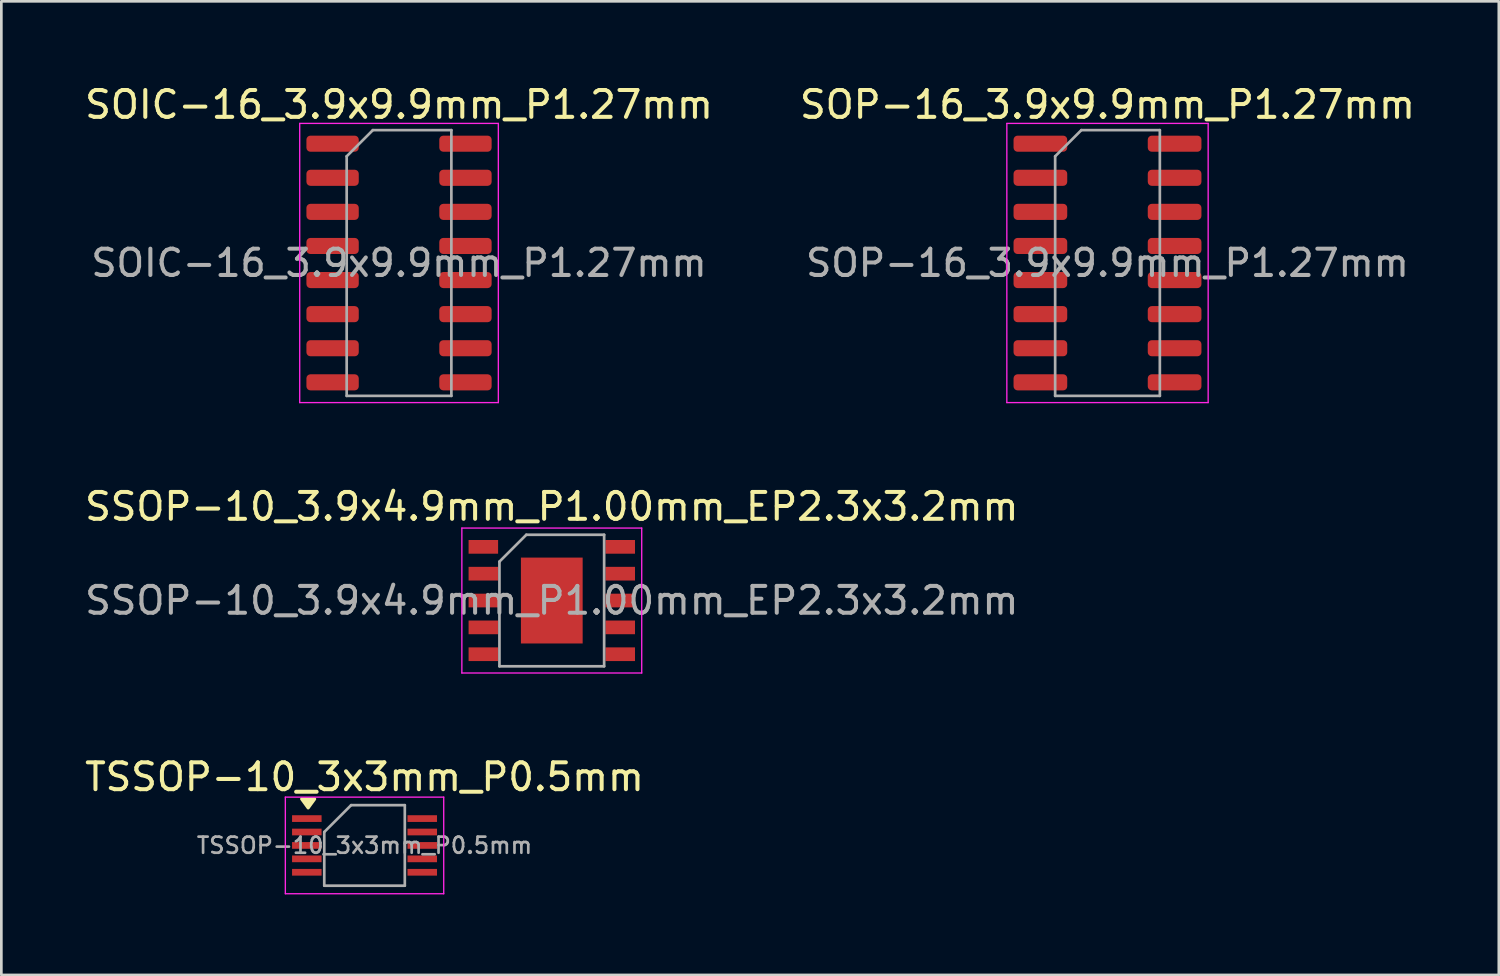
<source format=kicad_pcb>
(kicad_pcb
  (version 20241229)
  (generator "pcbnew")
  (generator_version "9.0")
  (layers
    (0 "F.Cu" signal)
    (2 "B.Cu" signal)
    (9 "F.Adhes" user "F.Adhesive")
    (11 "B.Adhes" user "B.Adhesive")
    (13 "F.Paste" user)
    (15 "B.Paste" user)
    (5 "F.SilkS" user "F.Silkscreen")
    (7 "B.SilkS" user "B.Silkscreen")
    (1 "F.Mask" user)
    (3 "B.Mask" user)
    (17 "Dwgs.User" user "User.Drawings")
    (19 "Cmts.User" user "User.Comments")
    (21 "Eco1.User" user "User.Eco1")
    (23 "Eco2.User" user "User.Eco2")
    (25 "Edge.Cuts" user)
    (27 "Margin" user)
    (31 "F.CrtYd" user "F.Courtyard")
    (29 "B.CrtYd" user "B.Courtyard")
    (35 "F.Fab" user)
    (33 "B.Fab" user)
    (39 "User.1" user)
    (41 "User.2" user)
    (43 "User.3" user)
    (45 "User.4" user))
  (footprint "SOP-16_3.9x9.9mm_P1.27mm"
    (layer "F.Cu")
    (at 38.208 6.748)
    (property "Reference" "SOP-16_3.9x9.9mm_P1.27mm" (at 0 -5.9 0) (layer "F.SilkS") (effects (font (size 1 1) (thickness 0.15))))
    (attr smd)
    (fp_line (start -3.75 -5.2) (end -3.75 5.2) (stroke (width 0.05) (type solid)) (layer "F.CrtYd"))
    (fp_line (start -3.75 5.2) (end 3.75 5.2) (stroke (width 0.05) (type solid)) (layer "F.CrtYd"))
    (fp_line (start 3.75 -5.2) (end -3.75 -5.2) (stroke (width 0.05) (type solid)) (layer "F.CrtYd"))
    (fp_line (start 3.75 5.2) (end 3.75 -5.2) (stroke (width 0.05) (type solid)) (layer "F.CrtYd"))
    (fp_line (start -1.95 -3.975) (end -0.975 -4.95) (stroke (width 0.1) (type solid)) (layer "F.Fab"))
    (fp_line (start -1.95 4.95) (end -1.95 -3.975) (stroke (width 0.1) (type solid)) (layer "F.Fab"))
    (fp_line (start -0.975 -4.95) (end 1.95 -4.95) (stroke (width 0.1) (type solid)) (layer "F.Fab"))
    (fp_line (start 1.95 -4.95) (end 1.95 4.95) (stroke (width 0.1) (type solid)) (layer "F.Fab"))
    (fp_line (start 1.95 4.95) (end -1.95 4.95) (stroke (width 0.1) (type solid)) (layer "F.Fab"))
    (fp_text user "${REFERENCE}" (at 0 0 0) (layer "F.Fab") (effects (font (size 0.98 0.98) (thickness 0.15))))
    (pad "1" smd roundrect (at -2.5 -4.445) (size 2 0.6) (layers "F.Cu" "F.Mask" "F.Paste") (roundrect_rratio 0.25))
    (pad "2" smd roundrect (at -2.5 -3.175) (size 2 0.6) (layers "F.Cu" "F.Mask" "F.Paste") (roundrect_rratio 0.25))
    (pad "3" smd roundrect (at -2.5 -1.905) (size 2 0.6) (layers "F.Cu" "F.Mask" "F.Paste") (roundrect_rratio 0.25))
    (pad "4" smd roundrect (at -2.5 -0.635) (size 2 0.6) (layers "F.Cu" "F.Mask" "F.Paste") (roundrect_rratio 0.25))
    (pad "5" smd roundrect (at -2.5 0.635) (size 2 0.6) (layers "F.Cu" "F.Mask" "F.Paste") (roundrect_rratio 0.25))
    (pad "6" smd roundrect (at -2.5 1.905) (size 2 0.6) (layers "F.Cu" "F.Mask" "F.Paste") (roundrect_rratio 0.25))
    (pad "7" smd roundrect (at -2.5 3.175) (size 2 0.6) (layers "F.Cu" "F.Mask" "F.Paste") (roundrect_rratio 0.25))
    (pad "8" smd roundrect (at -2.5 4.445) (size 2 0.6) (layers "F.Cu" "F.Mask" "F.Paste") (roundrect_rratio 0.25))
    (pad "9" smd roundrect (at 2.5 4.445) (size 2 0.6) (layers "F.Cu" "F.Mask" "F.Paste") (roundrect_rratio 0.25))
    (pad "10" smd roundrect (at 2.5 3.175) (size 2 0.6) (layers "F.Cu" "F.Mask" "F.Paste") (roundrect_rratio 0.25))
    (pad "11" smd roundrect (at 2.5 1.905) (size 2 0.6) (layers "F.Cu" "F.Mask" "F.Paste") (roundrect_rratio 0.25))
    (pad "12" smd roundrect (at 2.5 0.635) (size 2 0.6) (layers "F.Cu" "F.Mask" "F.Paste") (roundrect_rratio 0.25))
    (pad "13" smd roundrect (at 2.5 -0.635) (size 2 0.6) (layers "F.Cu" "F.Mask" "F.Paste") (roundrect_rratio 0.25))
    (pad "14" smd roundrect (at 2.5 -1.905) (size 2 0.6) (layers "F.Cu" "F.Mask" "F.Paste") (roundrect_rratio 0.25))
    (pad "15" smd roundrect (at 2.5 -3.175) (size 2 0.6) (layers "F.Cu" "F.Mask" "F.Paste") (roundrect_rratio 0.25))
    (pad "16" smd roundrect (at 2.5 -4.445) (size 2 0.6) (layers "F.Cu" "F.Mask" "F.Paste") (roundrect_rratio 0.25)))
  (footprint "SOIC-16_3.9x9.9mm_P1.27mm"
    (layer "F.Cu")
    (at 11.815 6.748)
    (property "Reference" "SOIC-16_3.9x9.9mm_P1.27mm" (at 0 -5.9 0) (layer "F.SilkS") (effects (font (size 1 1) (thickness 0.15))))
    (attr smd)
    (fp_line (start -3.7 -5.2) (end -3.7 5.2) (stroke (width 0.05) (type solid)) (layer "F.CrtYd"))
    (fp_line (start -3.7 5.2) (end 3.7 5.2) (stroke (width 0.05) (type solid)) (layer "F.CrtYd"))
    (fp_line (start 3.7 -5.2) (end -3.7 -5.2) (stroke (width 0.05) (type solid)) (layer "F.CrtYd"))
    (fp_line (start 3.7 5.2) (end 3.7 -5.2) (stroke (width 0.05) (type solid)) (layer "F.CrtYd"))
    (fp_line (start -1.95 -3.975) (end -0.975 -4.95) (stroke (width 0.1) (type solid)) (layer "F.Fab"))
    (fp_line (start -1.95 4.95) (end -1.95 -3.975) (stroke (width 0.1) (type solid)) (layer "F.Fab"))
    (fp_line (start -0.975 -4.95) (end 1.95 -4.95) (stroke (width 0.1) (type solid)) (layer "F.Fab"))
    (fp_line (start 1.95 -4.95) (end 1.95 4.95) (stroke (width 0.1) (type solid)) (layer "F.Fab"))
    (fp_line (start 1.95 4.95) (end -1.95 4.95) (stroke (width 0.1) (type solid)) (layer "F.Fab"))
    (fp_text user "${REFERENCE}" (at 0 0 0) (layer "F.Fab") (effects (font (size 0.98 0.98) (thickness 0.15))))
    (pad "1" smd roundrect (at -2.475 -4.445) (size 1.95 0.6) (layers "F.Cu" "F.Mask" "F.Paste") (roundrect_rratio 0.25))
    (pad "2" smd roundrect (at -2.475 -3.175) (size 1.95 0.6) (layers "F.Cu" "F.Mask" "F.Paste") (roundrect_rratio 0.25))
    (pad "3" smd roundrect (at -2.475 -1.905) (size 1.95 0.6) (layers "F.Cu" "F.Mask" "F.Paste") (roundrect_rratio 0.25))
    (pad "4" smd roundrect (at -2.475 -0.635) (size 1.95 0.6) (layers "F.Cu" "F.Mask" "F.Paste") (roundrect_rratio 0.25))
    (pad "5" smd roundrect (at -2.475 0.635) (size 1.95 0.6) (layers "F.Cu" "F.Mask" "F.Paste") (roundrect_rratio 0.25))
    (pad "6" smd roundrect (at -2.475 1.905) (size 1.95 0.6) (layers "F.Cu" "F.Mask" "F.Paste") (roundrect_rratio 0.25))
    (pad "7" smd roundrect (at -2.475 3.175) (size 1.95 0.6) (layers "F.Cu" "F.Mask" "F.Paste") (roundrect_rratio 0.25))
    (pad "8" smd roundrect (at -2.475 4.445) (size 1.95 0.6) (layers "F.Cu" "F.Mask" "F.Paste") (roundrect_rratio 0.25))
    (pad "9" smd roundrect (at 2.475 4.445) (size 1.95 0.6) (layers "F.Cu" "F.Mask" "F.Paste") (roundrect_rratio 0.25))
    (pad "10" smd roundrect (at 2.475 3.175) (size 1.95 0.6) (layers "F.Cu" "F.Mask" "F.Paste") (roundrect_rratio 0.25))
    (pad "11" smd roundrect (at 2.475 1.905) (size 1.95 0.6) (layers "F.Cu" "F.Mask" "F.Paste") (roundrect_rratio 0.25))
    (pad "12" smd roundrect (at 2.475 0.635) (size 1.95 0.6) (layers "F.Cu" "F.Mask" "F.Paste") (roundrect_rratio 0.25))
    (pad "13" smd roundrect (at 2.475 -0.635) (size 1.95 0.6) (layers "F.Cu" "F.Mask" "F.Paste") (roundrect_rratio 0.25))
    (pad "14" smd roundrect (at 2.475 -1.905) (size 1.95 0.6) (layers "F.Cu" "F.Mask" "F.Paste") (roundrect_rratio 0.25))
    (pad "15" smd roundrect (at 2.475 -3.175) (size 1.95 0.6) (layers "F.Cu" "F.Mask" "F.Paste") (roundrect_rratio 0.25))
    (pad "16" smd roundrect (at 2.475 -4.445) (size 1.95 0.6) (layers "F.Cu" "F.Mask" "F.Paste") (roundrect_rratio 0.25)))
  (footprint "TSSOP-10_3x3mm_P0.5mm"
    (layer "F.Cu")
    (at 10.53 28.445)
    (property "Reference" "TSSOP-10_3x3mm_P0.5mm" (at 0 -2.55 0) (layer "F.SilkS") (effects (font (size 1 1) (thickness 0.15))))
    (attr smd)
    (fp_poly (pts (xy -2.1 -1.4) (xy -2.34 -1.73) (xy -1.86 -1.73) (xy -2.1 -1.4)) (stroke (width 0.12) (type solid)) (fill yes) (layer "F.SilkS"))
    (fp_line (start -2.95 -1.8) (end -2.95 1.8) (stroke (width 0.05) (type solid)) (layer "F.CrtYd"))
    (fp_line (start -2.95 -1.8) (end 2.95 -1.8) (stroke (width 0.05) (type solid)) (layer "F.CrtYd"))
    (fp_line (start -2.95 1.8) (end 2.95 1.8) (stroke (width 0.05) (type solid)) (layer "F.CrtYd"))
    (fp_line (start 2.95 -1.8) (end 2.95 1.8) (stroke (width 0.05) (type solid)) (layer "F.CrtYd"))
    (fp_line (start -1.5 -0.5) (end -0.5 -1.5) (stroke (width 0.1) (type solid)) (layer "F.Fab"))
    (fp_line (start -1.5 1.5) (end -1.5 -0.5) (stroke (width 0.1) (type solid)) (layer "F.Fab"))
    (fp_line (start -0.5 -1.5) (end 1.5 -1.5) (stroke (width 0.1) (type solid)) (layer "F.Fab"))
    (fp_line (start 1.5 -1.5) (end 1.5 1.5) (stroke (width 0.1) (type solid)) (layer "F.Fab"))
    (fp_line (start 1.5 1.5) (end -1.5 1.5) (stroke (width 0.1) (type solid)) (layer "F.Fab"))
    (fp_text user "${REFERENCE}" (at 0 0 0) (layer "F.Fab") (effects (font (size 0.6 0.6) (thickness 0.1))))
    (pad "1" smd rect (at -2.15 -1) (size 1.1 0.25) (layers "F.Cu" "F.Mask" "F.Paste"))
    (pad "2" smd rect (at -2.15 -0.5) (size 1.1 0.25) (layers "F.Cu" "F.Mask" "F.Paste"))
    (pad "3" smd rect (at -2.15 0) (size 1.1 0.25) (layers "F.Cu" "F.Mask" "F.Paste"))
    (pad "4" smd rect (at -2.15 0.5) (size 1.1 0.25) (layers "F.Cu" "F.Mask" "F.Paste"))
    (pad "5" smd rect (at -2.15 1) (size 1.1 0.25) (layers "F.Cu" "F.Mask" "F.Paste"))
    (pad "6" smd rect (at 2.15 1) (size 1.1 0.25) (layers "F.Cu" "F.Mask" "F.Paste"))
    (pad "7" smd rect (at 2.15 0.5) (size 1.1 0.25) (layers "F.Cu" "F.Mask" "F.Paste"))
    (pad "8" smd rect (at 2.15 0) (size 1.1 0.25) (layers "F.Cu" "F.Mask" "F.Paste"))
    (pad "9" smd rect (at 2.15 -0.5) (size 1.1 0.25) (layers "F.Cu" "F.Mask" "F.Paste"))
    (pad "10" smd rect (at 2.15 -1) (size 1.1 0.25) (layers "F.Cu" "F.Mask" "F.Paste")))
  (footprint "SSOP-10_3.9x4.9mm_P1.00mm_EP2.3x3.2mm"
    (layer "F.Cu")
    (at 17.506 19.322)
    (property "Reference" "SSOP-10_3.9x4.9mm_P1.00mm_EP2.3x3.2mm" (at 0 -3.5 0) (layer "F.SilkS") (effects (font (size 1 1) (thickness 0.15))))
    (attr smd)
    (fp_line (start -3.35 -2.7) (end -3.35 2.7) (stroke (width 0.05) (type solid)) (layer "F.CrtYd"))
    (fp_line (start -3.35 -2.7) (end 3.35 -2.7) (stroke (width 0.05) (type solid)) (layer "F.CrtYd"))
    (fp_line (start -3.35 2.7) (end 3.35 2.7) (stroke (width 0.05) (type solid)) (layer "F.CrtYd"))
    (fp_line (start 3.35 -2.7) (end 3.35 2.7) (stroke (width 0.05) (type solid)) (layer "F.CrtYd"))
    (fp_line (start -1.95 -1.45) (end -0.95 -2.45) (stroke (width 0.1) (type solid)) (layer "F.Fab"))
    (fp_line (start -1.95 2.45) (end -1.95 -1.45) (stroke (width 0.1) (type solid)) (layer "F.Fab"))
    (fp_line (start -0.95 -2.45) (end 1.95 -2.45) (stroke (width 0.1) (type solid)) (layer "F.Fab"))
    (fp_line (start 1.95 -2.45) (end 1.95 2.45) (stroke (width 0.1) (type solid)) (layer "F.Fab"))
    (fp_line (start 1.95 2.45) (end -1.95 2.45) (stroke (width 0.1) (type solid)) (layer "F.Fab"))
    (fp_text user "${REFERENCE}" (at 0 0 0) (layer "F.Fab") (effects (font (size 1 1) (thickness 0.15))))
    (pad "0" smd rect (at 0 0) (size 2.3 3.2) (layers "F.Cu" "F.Mask" "F.Paste"))
    (pad "1" smd rect (at -2.55 -2) (size 1.1 0.51) (layers "F.Cu" "F.Mask" "F.Paste"))
    (pad "2" smd rect (at -2.55 -1) (size 1.1 0.51) (layers "F.Cu" "F.Mask" "F.Paste"))
    (pad "3" smd rect (at -2.55 0) (size 1.1 0.51) (layers "F.Cu" "F.Mask" "F.Paste"))
    (pad "4" smd rect (at -2.55 1) (size 1.1 0.51) (layers "F.Cu" "F.Mask" "F.Paste"))
    (pad "5" smd rect (at -2.55 2) (size 1.1 0.51) (layers "F.Cu" "F.Mask" "F.Paste"))
    (pad "6" smd rect (at 2.55 2) (size 1.1 0.51) (layers "F.Cu" "F.Mask" "F.Paste"))
    (pad "7" smd rect (at 2.55 1) (size 1.1 0.51) (layers "F.Cu" "F.Mask" "F.Paste"))
    (pad "8" smd rect (at 2.55 0) (size 1.1 0.51) (layers "F.Cu" "F.Mask" "F.Paste"))
    (pad "9" smd rect (at 2.55 -1) (size 1.1 0.51) (layers "F.Cu" "F.Mask" "F.Paste"))
    (pad "10" smd rect (at 2.55 -2) (size 1.1 0.51) (layers "F.Cu" "F.Mask" "F.Paste")))
  (gr_rect
    (start -3 -3)
    (end 52.786 33.27)
    (stroke (width 0.1) (type default))
    (fill no)
    (layer "Edge.Cuts")))
</source>
